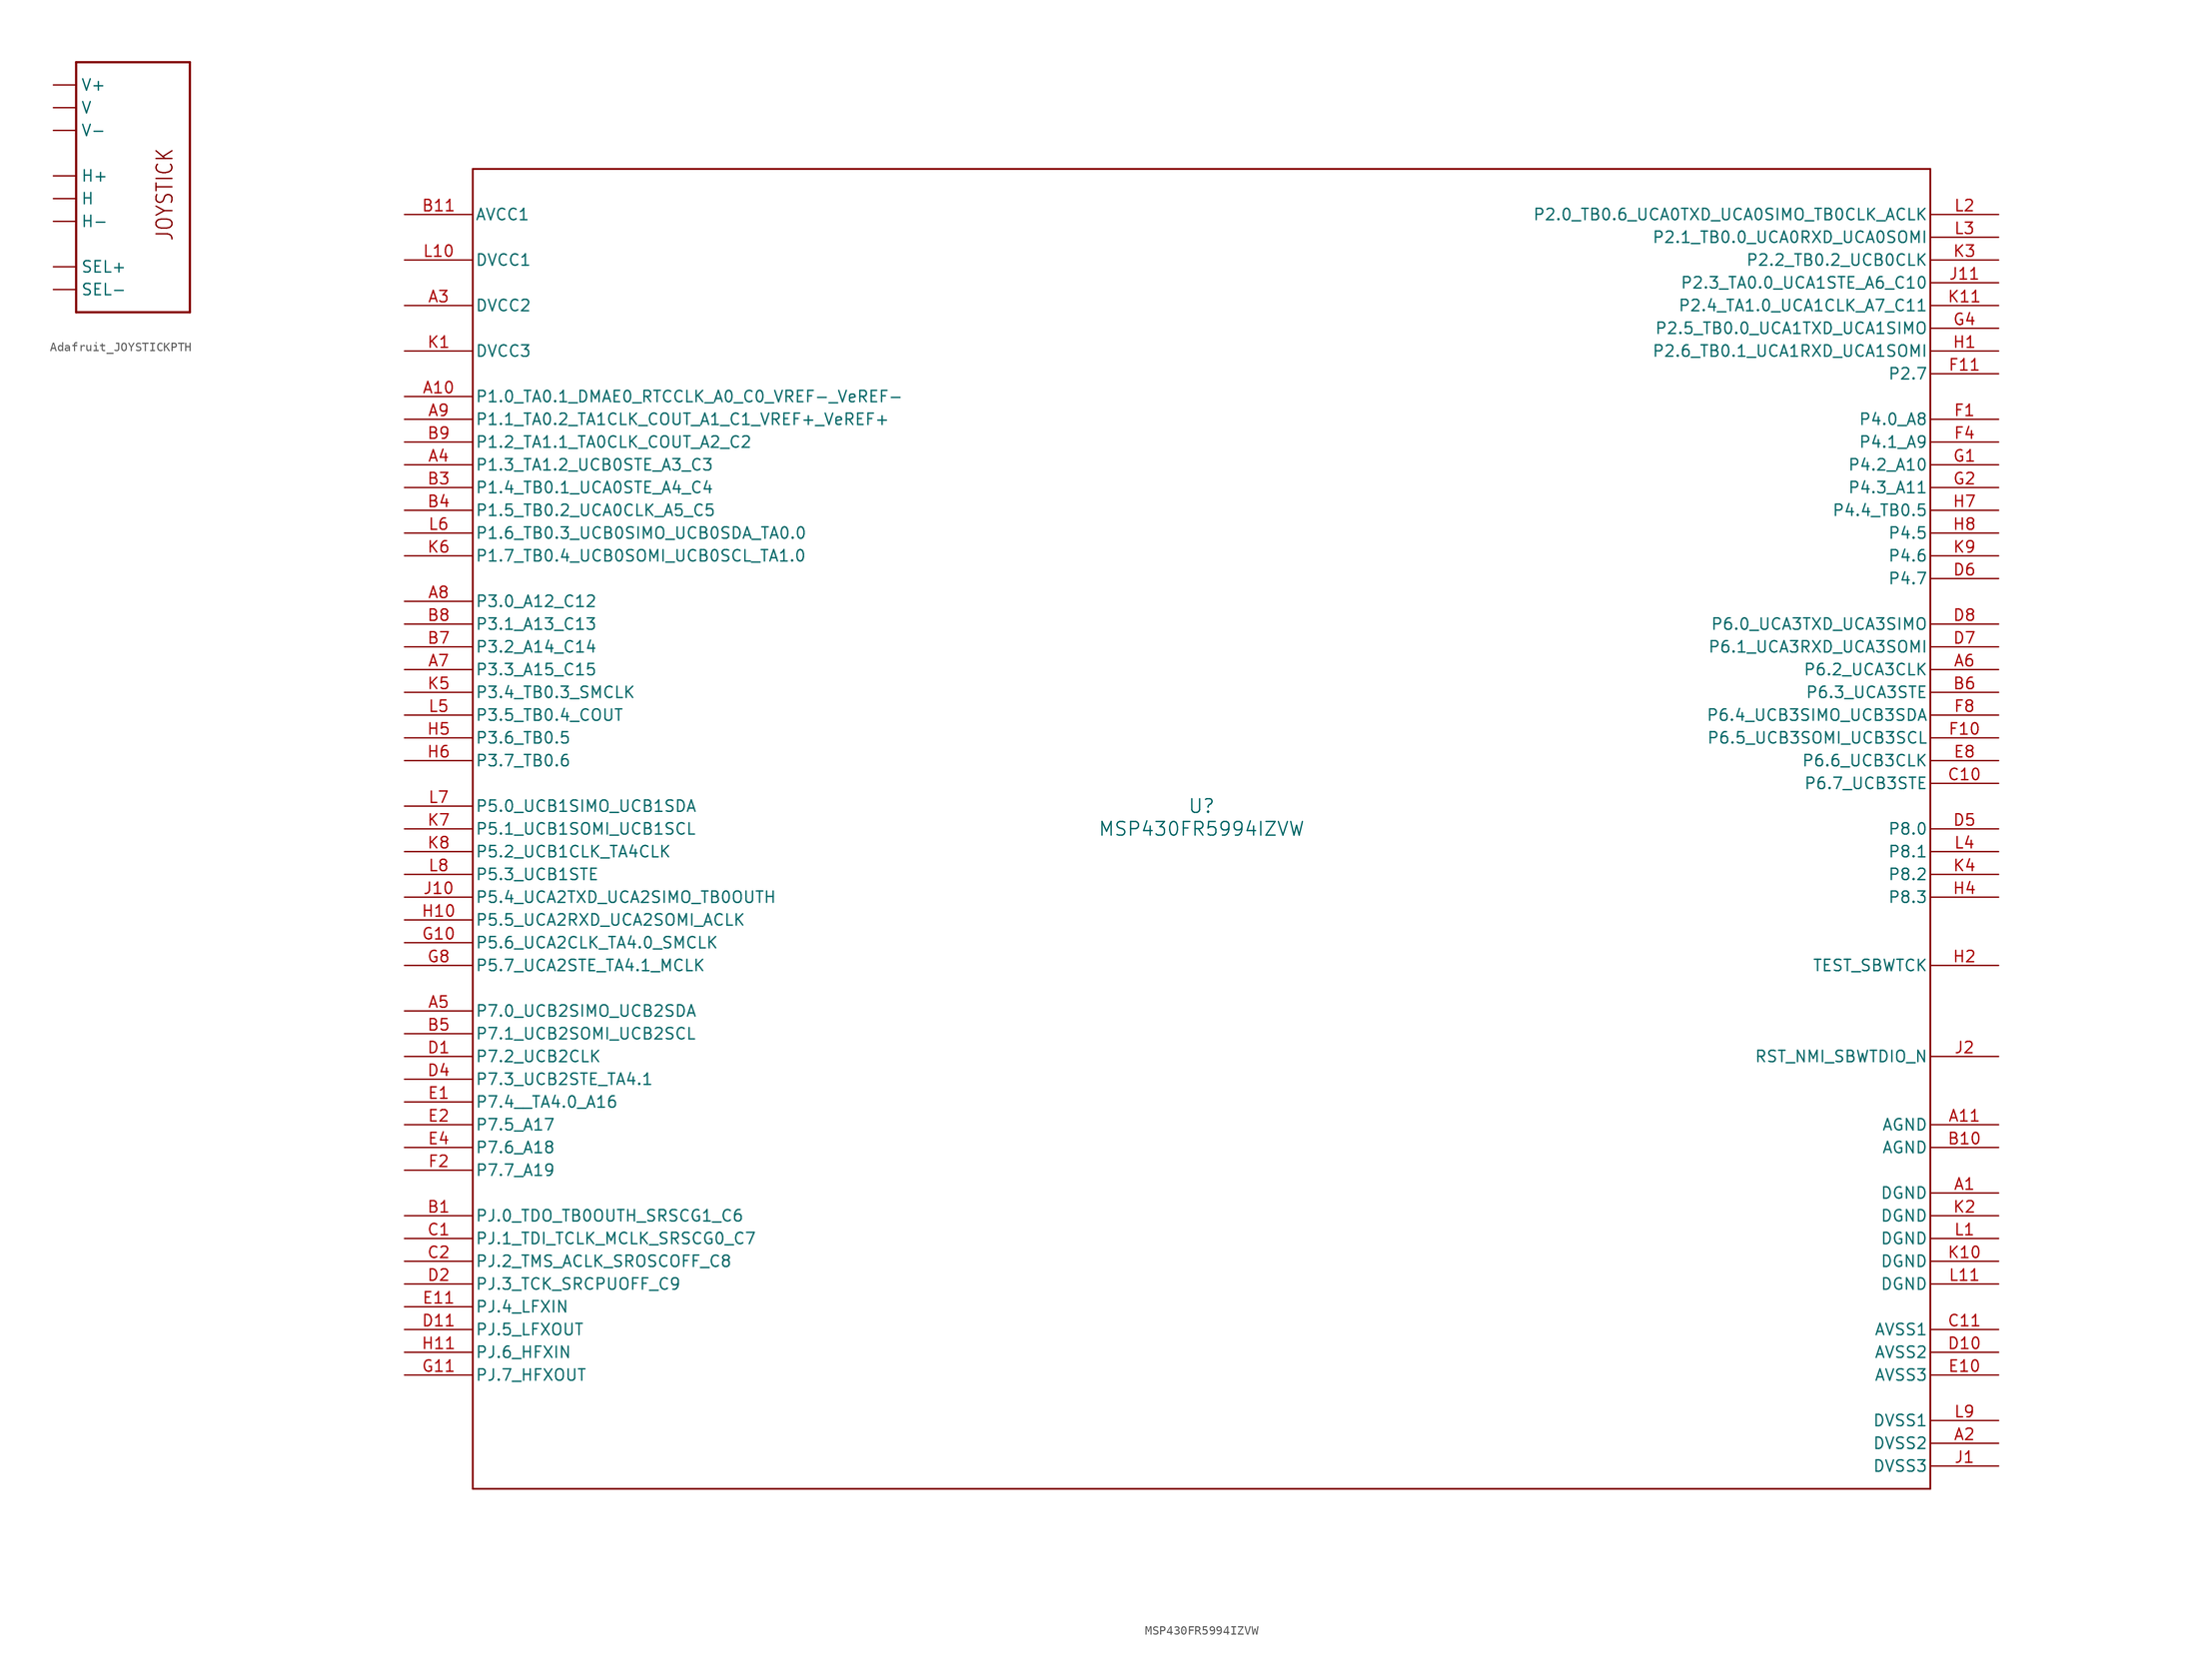
<source format=kicad_sym>
(kicad_symbol_lib
  (version 20241209)
  (generator "kicad_symbol_editor")
  (generator_version "9.0")
  (symbol "Adafruit_JOYSTICKPTH"
    (property "Reference" "U"
      (at -7.62 13.462 0)
      (effects (font (size 1.778 1.511)) (justify left bottom) (hide yes)))
    (property "ki_locked" ""
      (at 0 0 0)
      (effects (font (size 1.27 1.27))))
    (symbol "Adafruit_JOYSTICKPTH_1_0"
      (polyline (pts (xy -7.62 12.7) (xy 5.08 12.7)) (stroke (width 0.254) (type solid)) (fill (type none)))
      (polyline (pts (xy -7.62 -15.24) (xy -7.62 12.7)) (stroke (width 0.254) (type solid)) (fill (type none)))
      (polyline (pts (xy 5.08 12.7) (xy 5.08 -15.24)) (stroke (width 0.254) (type solid)) (fill (type none)))
      (polyline (pts (xy 5.08 -15.24) (xy -7.62 -15.24)) (stroke (width 0.254) (type solid)) (fill (type none)))
      (text "JOYSTICK" (at 3.302 -7.366 900) (effects (font (size 1.778 1.511)) (justify left bottom)))
      (pin bidirectional line (at -10.16 10.16 0) (length 2.54) (name "V+" (effects (font (size 1.27 1.27)))) (number "V1" (effects (font (size 0 0)))))
      (pin bidirectional line (at -10.16 7.62 0) (length 2.54) (name "V" (effects (font (size 1.27 1.27)))) (number "V2" (effects (font (size 0 0)))))
      (pin bidirectional line (at -10.16 5.08 0) (length 2.54) (name "V-" (effects (font (size 1.27 1.27)))) (number "V3" (effects (font (size 0 0)))))
      (pin bidirectional line (at -10.16 0 0) (length 2.54) (name "H+" (effects (font (size 1.27 1.27)))) (number "H1" (effects (font (size 0 0)))))
      (pin bidirectional line (at -10.16 -2.54 0) (length 2.54) (name "H" (effects (font (size 1.27 1.27)))) (number "H2" (effects (font (size 0 0)))))
      (pin bidirectional line (at -10.16 -5.08 0) (length 2.54) (name "H-" (effects (font (size 1.27 1.27)))) (number "H3" (effects (font (size 0 0)))))
      (pin bidirectional line (at -10.16 -10.16 0) (length 2.54) (name "SEL+" (effects (font (size 1.27 1.27)))) (number "B1A" (effects (font (size 0 0)))))
      (pin bidirectional line (at -10.16 -12.7 0) (length 2.54) (name "SEL-" (effects (font (size 1.27 1.27)))) (number "B2A" (effects (font (size 0 0)))))))
  (symbol "MSP430FR5994IZVW"
    (pin_names
      (offset 0.254))
    (property "Reference" "U"
      (at 0 2.54 0)
      (effects (font (size 1.524 1.524))))
    (property "Value" "MSP430FR5994IZVW"
      (at 0 0 0)
      (effects (font (size 1.524 1.524))))
    (property "ki_locked" ""
      (at 0 0 0)
      (effects (font (size 1.27 1.27))))
    (symbol "MSP430FR5994IZVW_0_1"
      (polyline (pts (xy -81.28 73.66) (xy -81.28 -73.66)) (stroke (width 0.203) (type default)) (fill (type none)))
      (polyline (pts (xy -81.28 -73.66) (xy 81.28 -73.66)) (stroke (width 0.203) (type default)) (fill (type none)))
      (polyline (pts (xy 81.28 73.66) (xy -81.28 73.66)) (stroke (width 0.203) (type default)) (fill (type none)))
      (polyline (pts (xy 81.28 -73.66) (xy 81.28 73.66)) (stroke (width 0.203) (type default)) (fill (type none)))
      (pin power_in line (at -88.9 68.58 0) (length 7.62) (name "AVCC1" (effects (font (size 1.27 1.27)))) (number "B11" (effects (font (size 1.27 1.27)))))
      (pin power_in line (at -88.9 63.5 0) (length 7.62) (name "DVCC1" (effects (font (size 1.27 1.27)))) (number "L10" (effects (font (size 1.27 1.27)))))
      (pin power_in line (at -88.9 58.42 0) (length 7.62) (name "DVCC2" (effects (font (size 1.27 1.27)))) (number "A3" (effects (font (size 1.27 1.27)))))
      (pin power_in line (at -88.9 53.34 0) (length 7.62) (name "DVCC3" (effects (font (size 1.27 1.27)))) (number "K1" (effects (font (size 1.27 1.27)))))
      (pin bidirectional line (at -88.9 48.26 0) (length 7.62) (name "P1.0_TA0.1_DMAE0_RTCCLK_A0_C0_VREF-_VeREF-" (effects (font (size 1.27 1.27)))) (number "A10" (effects (font (size 1.27 1.27)))))
      (pin bidirectional line (at -88.9 45.72 0) (length 7.62) (name "P1.1_TA0.2_TA1CLK_COUT_A1_C1_VREF+_VeREF+" (effects (font (size 1.27 1.27)))) (number "A9" (effects (font (size 1.27 1.27)))))
      (pin bidirectional line (at -88.9 43.18 0) (length 7.62) (name "P1.2_TA1.1_TA0CLK_COUT_A2_C2" (effects (font (size 1.27 1.27)))) (number "B9" (effects (font (size 1.27 1.27)))))
      (pin bidirectional line (at -88.9 40.64 0) (length 7.62) (name "P1.3_TA1.2_UCB0STE_A3_C3" (effects (font (size 1.27 1.27)))) (number "A4" (effects (font (size 1.27 1.27)))))
      (pin bidirectional line (at -88.9 38.1 0) (length 7.62) (name "P1.4_TB0.1_UCA0STE_A4_C4" (effects (font (size 1.27 1.27)))) (number "B3" (effects (font (size 1.27 1.27)))))
      (pin bidirectional line (at -88.9 35.56 0) (length 7.62) (name "P1.5_TB0.2_UCA0CLK_A5_C5" (effects (font (size 1.27 1.27)))) (number "B4" (effects (font (size 1.27 1.27)))))
      (pin bidirectional line (at -88.9 33.02 0) (length 7.62) (name "P1.6_TB0.3_UCB0SIMO_UCB0SDA_TA0.0" (effects (font (size 1.27 1.27)))) (number "L6" (effects (font (size 1.27 1.27)))))
      (pin bidirectional line (at -88.9 30.48 0) (length 7.62) (name "P1.7_TB0.4_UCB0SOMI_UCB0SCL_TA1.0" (effects (font (size 1.27 1.27)))) (number "K6" (effects (font (size 1.27 1.27)))))
      (pin bidirectional line (at -88.9 25.4 0) (length 7.62) (name "P3.0_A12_C12" (effects (font (size 1.27 1.27)))) (number "A8" (effects (font (size 1.27 1.27)))))
      (pin bidirectional line (at -88.9 22.86 0) (length 7.62) (name "P3.1_A13_C13" (effects (font (size 1.27 1.27)))) (number "B8" (effects (font (size 1.27 1.27)))))
      (pin bidirectional line (at -88.9 20.32 0) (length 7.62) (name "P3.2_A14_C14" (effects (font (size 1.27 1.27)))) (number "B7" (effects (font (size 1.27 1.27)))))
      (pin bidirectional line (at -88.9 17.78 0) (length 7.62) (name "P3.3_A15_C15" (effects (font (size 1.27 1.27)))) (number "A7" (effects (font (size 1.27 1.27)))))
      (pin bidirectional line (at -88.9 15.24 0) (length 7.62) (name "P3.4_TB0.3_SMCLK" (effects (font (size 1.27 1.27)))) (number "K5" (effects (font (size 1.27 1.27)))))
      (pin bidirectional line (at -88.9 12.7 0) (length 7.62) (name "P3.5_TB0.4_COUT" (effects (font (size 1.27 1.27)))) (number "L5" (effects (font (size 1.27 1.27)))))
      (pin bidirectional line (at -88.9 10.16 0) (length 7.62) (name "P3.6_TB0.5" (effects (font (size 1.27 1.27)))) (number "H5" (effects (font (size 1.27 1.27)))))
      (pin bidirectional line (at -88.9 7.62 0) (length 7.62) (name "P3.7_TB0.6" (effects (font (size 1.27 1.27)))) (number "H6" (effects (font (size 1.27 1.27)))))
      (pin bidirectional line (at -88.9 2.54 0) (length 7.62) (name "P5.0_UCB1SIMO_UCB1SDA" (effects (font (size 1.27 1.27)))) (number "L7" (effects (font (size 1.27 1.27)))))
      (pin bidirectional line (at -88.9 0 0) (length 7.62) (name "P5.1_UCB1SOMI_UCB1SCL" (effects (font (size 1.27 1.27)))) (number "K7" (effects (font (size 1.27 1.27)))))
      (pin bidirectional line (at -88.9 -2.54 0) (length 7.62) (name "P5.2_UCB1CLK_TA4CLK" (effects (font (size 1.27 1.27)))) (number "K8" (effects (font (size 1.27 1.27)))))
      (pin bidirectional line (at -88.9 -5.08 0) (length 7.62) (name "P5.3_UCB1STE" (effects (font (size 1.27 1.27)))) (number "L8" (effects (font (size 1.27 1.27)))))
      (pin bidirectional line (at -88.9 -7.62 0) (length 7.62) (name "P5.4_UCA2TXD_UCA2SIMO_TB0OUTH" (effects (font (size 1.27 1.27)))) (number "J10" (effects (font (size 1.27 1.27)))))
      (pin bidirectional line (at -88.9 -10.16 0) (length 7.62) (name "P5.5_UCA2RXD_UCA2SOMI_ACLK" (effects (font (size 1.27 1.27)))) (number "H10" (effects (font (size 1.27 1.27)))))
      (pin bidirectional line (at -88.9 -12.7 0) (length 7.62) (name "P5.6_UCA2CLK_TA4.0_SMCLK" (effects (font (size 1.27 1.27)))) (number "G10" (effects (font (size 1.27 1.27)))))
      (pin bidirectional line (at -88.9 -15.24 0) (length 7.62) (name "P5.7_UCA2STE_TA4.1_MCLK" (effects (font (size 1.27 1.27)))) (number "G8" (effects (font (size 1.27 1.27)))))
      (pin bidirectional line (at -88.9 -20.32 0) (length 7.62) (name "P7.0_UCB2SIMO_UCB2SDA" (effects (font (size 1.27 1.27)))) (number "A5" (effects (font (size 1.27 1.27)))))
      (pin bidirectional line (at -88.9 -22.86 0) (length 7.62) (name "P7.1_UCB2SOMI_UCB2SCL" (effects (font (size 1.27 1.27)))) (number "B5" (effects (font (size 1.27 1.27)))))
      (pin bidirectional line (at -88.9 -25.4 0) (length 7.62) (name "P7.2_UCB2CLK" (effects (font (size 1.27 1.27)))) (number "D1" (effects (font (size 1.27 1.27)))))
      (pin bidirectional line (at -88.9 -27.94 0) (length 7.62) (name "P7.3_UCB2STE_TA4.1" (effects (font (size 1.27 1.27)))) (number "D4" (effects (font (size 1.27 1.27)))))
      (pin bidirectional line (at -88.9 -30.48 0) (length 7.62) (name "P7.4__TA4.0_A16" (effects (font (size 1.27 1.27)))) (number "E1" (effects (font (size 1.27 1.27)))))
      (pin bidirectional line (at -88.9 -33.02 0) (length 7.62) (name "P7.5_A17" (effects (font (size 1.27 1.27)))) (number "E2" (effects (font (size 1.27 1.27)))))
      (pin bidirectional line (at -88.9 -35.56 0) (length 7.62) (name "P7.6_A18" (effects (font (size 1.27 1.27)))) (number "E4" (effects (font (size 1.27 1.27)))))
      (pin bidirectional line (at -88.9 -38.1 0) (length 7.62) (name "P7.7_A19" (effects (font (size 1.27 1.27)))) (number "F2" (effects (font (size 1.27 1.27)))))
      (pin bidirectional line (at -88.9 -43.18 0) (length 7.62) (name "PJ.0_TDO_TB0OUTH_SRSCG1_C6" (effects (font (size 1.27 1.27)))) (number "B1" (effects (font (size 1.27 1.27)))))
      (pin bidirectional line (at -88.9 -45.72 0) (length 7.62) (name "PJ.1_TDI_TCLK_MCLK_SRSCG0_C7" (effects (font (size 1.27 1.27)))) (number "C1" (effects (font (size 1.27 1.27)))))
      (pin bidirectional line (at -88.9 -48.26 0) (length 7.62) (name "PJ.2_TMS_ACLK_SROSCOFF_C8" (effects (font (size 1.27 1.27)))) (number "C2" (effects (font (size 1.27 1.27)))))
      (pin bidirectional line (at -88.9 -50.8 0) (length 7.62) (name "PJ.3_TCK_SRCPUOFF_C9" (effects (font (size 1.27 1.27)))) (number "D2" (effects (font (size 1.27 1.27)))))
      (pin bidirectional line (at -88.9 -53.34 0) (length 7.62) (name "PJ.4_LFXIN" (effects (font (size 1.27 1.27)))) (number "E11" (effects (font (size 1.27 1.27)))))
      (pin bidirectional line (at -88.9 -55.88 0) (length 7.62) (name "PJ.5_LFXOUT" (effects (font (size 1.27 1.27)))) (number "D11" (effects (font (size 1.27 1.27)))))
      (pin bidirectional line (at -88.9 -58.42 0) (length 7.62) (name "PJ.6_HFXIN" (effects (font (size 1.27 1.27)))) (number "H11" (effects (font (size 1.27 1.27)))))
      (pin bidirectional line (at -88.9 -60.96 0) (length 7.62) (name "PJ.7_HFXOUT" (effects (font (size 1.27 1.27)))) (number "G11" (effects (font (size 1.27 1.27)))))
      (pin bidirectional line (at 88.9 68.58 180) (length 7.62) (name "P2.0_TB0.6_UCA0TXD_UCA0SIMO_TB0CLK_ACLK" (effects (font (size 1.27 1.27)))) (number "L2" (effects (font (size 1.27 1.27)))))
      (pin bidirectional line (at 88.9 66.04 180) (length 7.62) (name "P2.1_TB0.0_UCA0RXD_UCA0SOMI" (effects (font (size 1.27 1.27)))) (number "L3" (effects (font (size 1.27 1.27)))))
      (pin bidirectional line (at 88.9 63.5 180) (length 7.62) (name "P2.2_TB0.2_UCB0CLK" (effects (font (size 1.27 1.27)))) (number "K3" (effects (font (size 1.27 1.27)))))
      (pin bidirectional line (at 88.9 60.96 180) (length 7.62) (name "P2.3_TA0.0_UCA1STE_A6_C10" (effects (font (size 1.27 1.27)))) (number "J11" (effects (font (size 1.27 1.27)))))
      (pin bidirectional line (at 88.9 58.42 180) (length 7.62) (name "P2.4_TA1.0_UCA1CLK_A7_C11" (effects (font (size 1.27 1.27)))) (number "K11" (effects (font (size 1.27 1.27)))))
      (pin bidirectional line (at 88.9 55.88 180) (length 7.62) (name "P2.5_TB0.0_UCA1TXD_UCA1SIMO" (effects (font (size 1.27 1.27)))) (number "G4" (effects (font (size 1.27 1.27)))))
      (pin bidirectional line (at 88.9 53.34 180) (length 7.62) (name "P2.6_TB0.1_UCA1RXD_UCA1SOMI" (effects (font (size 1.27 1.27)))) (number "H1" (effects (font (size 1.27 1.27)))))
      (pin bidirectional line (at 88.9 50.8 180) (length 7.62) (name "P2.7" (effects (font (size 1.27 1.27)))) (number "F11" (effects (font (size 1.27 1.27)))))
      (pin bidirectional line (at 88.9 45.72 180) (length 7.62) (name "P4.0_A8" (effects (font (size 1.27 1.27)))) (number "F1" (effects (font (size 1.27 1.27)))))
      (pin bidirectional line (at 88.9 43.18 180) (length 7.62) (name "P4.1_A9" (effects (font (size 1.27 1.27)))) (number "F4" (effects (font (size 1.27 1.27)))))
      (pin bidirectional line (at 88.9 40.64 180) (length 7.62) (name "P4.2_A10" (effects (font (size 1.27 1.27)))) (number "G1" (effects (font (size 1.27 1.27)))))
      (pin bidirectional line (at 88.9 38.1 180) (length 7.62) (name "P4.3_A11" (effects (font (size 1.27 1.27)))) (number "G2" (effects (font (size 1.27 1.27)))))
      (pin bidirectional line (at 88.9 35.56 180) (length 7.62) (name "P4.4_TB0.5" (effects (font (size 1.27 1.27)))) (number "H7" (effects (font (size 1.27 1.27)))))
      (pin bidirectional line (at 88.9 33.02 180) (length 7.62) (name "P4.5" (effects (font (size 1.27 1.27)))) (number "H8" (effects (font (size 1.27 1.27)))))
      (pin bidirectional line (at 88.9 30.48 180) (length 7.62) (name "P4.6" (effects (font (size 1.27 1.27)))) (number "K9" (effects (font (size 1.27 1.27)))))
      (pin bidirectional line (at 88.9 27.94 180) (length 7.62) (name "P4.7" (effects (font (size 1.27 1.27)))) (number "D6" (effects (font (size 1.27 1.27)))))
      (pin bidirectional line (at 88.9 22.86 180) (length 7.62) (name "P6.0_UCA3TXD_UCA3SIMO" (effects (font (size 1.27 1.27)))) (number "D8" (effects (font (size 1.27 1.27)))))
      (pin bidirectional line (at 88.9 20.32 180) (length 7.62) (name "P6.1_UCA3RXD_UCA3SOMI" (effects (font (size 1.27 1.27)))) (number "D7" (effects (font (size 1.27 1.27)))))
      (pin bidirectional line (at 88.9 17.78 180) (length 7.62) (name "P6.2_UCA3CLK" (effects (font (size 1.27 1.27)))) (number "A6" (effects (font (size 1.27 1.27)))))
      (pin bidirectional line (at 88.9 15.24 180) (length 7.62) (name "P6.3_UCA3STE" (effects (font (size 1.27 1.27)))) (number "B6" (effects (font (size 1.27 1.27)))))
      (pin bidirectional line (at 88.9 12.7 180) (length 7.62) (name "P6.4_UCB3SIMO_UCB3SDA" (effects (font (size 1.27 1.27)))) (number "F8" (effects (font (size 1.27 1.27)))))
      (pin bidirectional line (at 88.9 10.16 180) (length 7.62) (name "P6.5_UCB3SOMI_UCB3SCL" (effects (font (size 1.27 1.27)))) (number "F10" (effects (font (size 1.27 1.27)))))
      (pin bidirectional line (at 88.9 7.62 180) (length 7.62) (name "P6.6_UCB3CLK" (effects (font (size 1.27 1.27)))) (number "E8" (effects (font (size 1.27 1.27)))))
      (pin bidirectional line (at 88.9 5.08 180) (length 7.62) (name "P6.7_UCB3STE" (effects (font (size 1.27 1.27)))) (number "C10" (effects (font (size 1.27 1.27)))))
      (pin bidirectional line (at 88.9 0 180) (length 7.62) (name "P8.0" (effects (font (size 1.27 1.27)))) (number "D5" (effects (font (size 1.27 1.27)))))
      (pin bidirectional line (at 88.9 -2.54 180) (length 7.62) (name "P8.1" (effects (font (size 1.27 1.27)))) (number "L4" (effects (font (size 1.27 1.27)))))
      (pin bidirectional line (at 88.9 -5.08 180) (length 7.62) (name "P8.2" (effects (font (size 1.27 1.27)))) (number "K4" (effects (font (size 1.27 1.27)))))
      (pin bidirectional line (at 88.9 -7.62 180) (length 7.62) (name "P8.3" (effects (font (size 1.27 1.27)))) (number "H4" (effects (font (size 1.27 1.27)))))
      (pin input line (at 88.9 -15.24 180) (length 7.62) (name "TEST_SBWTCK" (effects (font (size 1.27 1.27)))) (number "H2" (effects (font (size 1.27 1.27)))))
      (pin bidirectional line (at 88.9 -25.4 180) (length 7.62) (name "RST_NMI_SBWTDIO_N" (effects (font (size 1.27 1.27)))) (number "J2" (effects (font (size 1.27 1.27)))))
      (pin power_in line (at 88.9 -33.02 180) (length 7.62) (name "AGND" (effects (font (size 1.27 1.27)))) (number "A11" (effects (font (size 1.27 1.27)))))
      (pin power_in line (at 88.9 -35.56 180) (length 7.62) (name "AGND" (effects (font (size 1.27 1.27)))) (number "B10" (effects (font (size 1.27 1.27)))))
      (pin power_in line (at 88.9 -40.64 180) (length 7.62) (name "DGND" (effects (font (size 1.27 1.27)))) (number "A1" (effects (font (size 1.27 1.27)))))
      (pin power_in line (at 88.9 -43.18 180) (length 7.62) (name "DGND" (effects (font (size 1.27 1.27)))) (number "K2" (effects (font (size 1.27 1.27)))))
      (pin power_in line (at 88.9 -45.72 180) (length 7.62) (name "DGND" (effects (font (size 1.27 1.27)))) (number "L1" (effects (font (size 1.27 1.27)))))
      (pin power_in line (at 88.9 -48.26 180) (length 7.62) (name "DGND" (effects (font (size 1.27 1.27)))) (number "K10" (effects (font (size 1.27 1.27)))))
      (pin power_in line (at 88.9 -50.8 180) (length 7.62) (name "DGND" (effects (font (size 1.27 1.27)))) (number "L11" (effects (font (size 1.27 1.27)))))
      (pin power_in line (at 88.9 -55.88 180) (length 7.62) (name "AVSS1" (effects (font (size 1.27 1.27)))) (number "C11" (effects (font (size 1.27 1.27)))))
      (pin power_in line (at 88.9 -58.42 180) (length 7.62) (name "AVSS2" (effects (font (size 1.27 1.27)))) (number "D10" (effects (font (size 1.27 1.27)))))
      (pin power_in line (at 88.9 -60.96 180) (length 7.62) (name "AVSS3" (effects (font (size 1.27 1.27)))) (number "E10" (effects (font (size 1.27 1.27)))))
      (pin power_in line (at 88.9 -66.04 180) (length 7.62) (name "DVSS1" (effects (font (size 1.27 1.27)))) (number "L9" (effects (font (size 1.27 1.27)))))
      (pin power_in line (at 88.9 -68.58 180) (length 7.62) (name "DVSS2" (effects (font (size 1.27 1.27)))) (number "A2" (effects (font (size 1.27 1.27)))))
      (pin power_in line (at 88.9 -71.12 180) (length 7.62) (name "DVSS3" (effects (font (size 1.27 1.27)))) (number "J1" (effects (font (size 1.27 1.27))))))))
</source>
